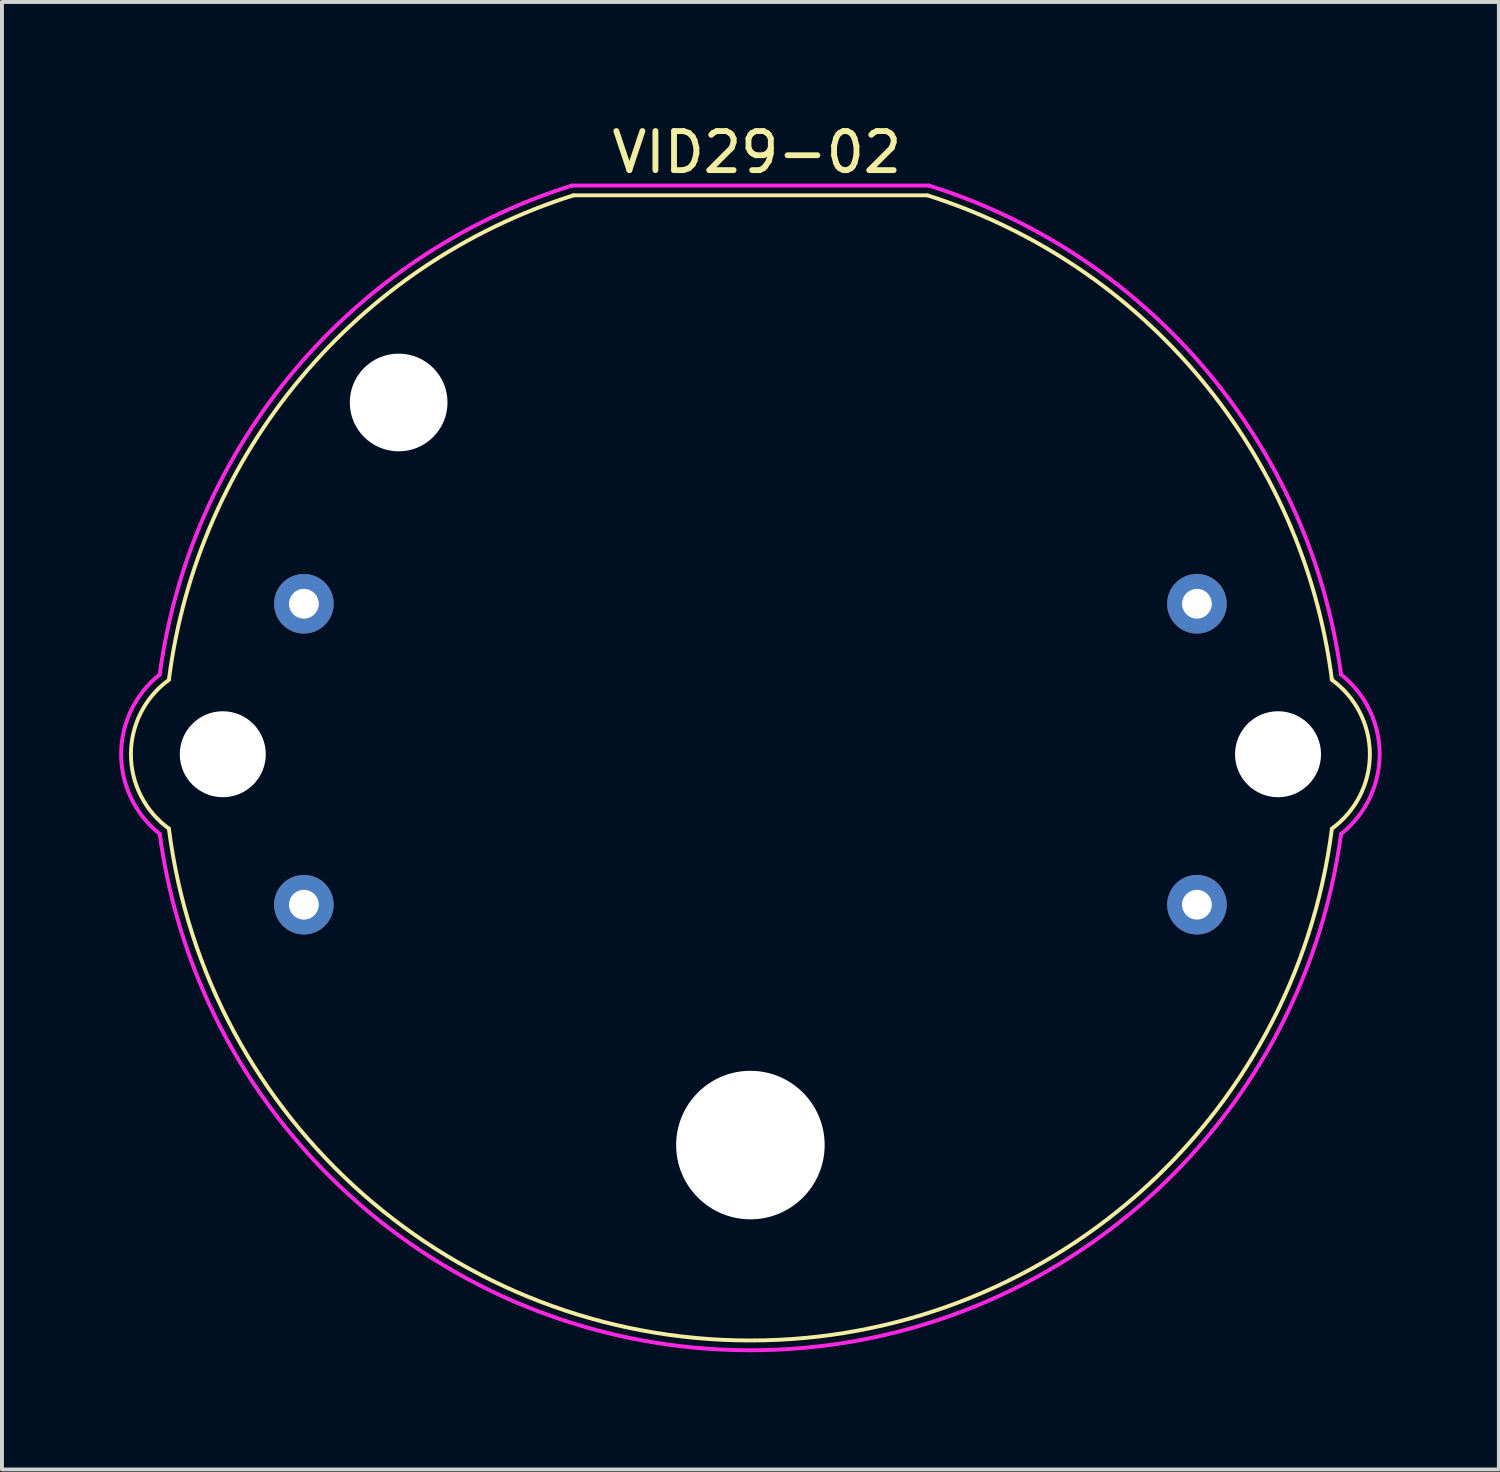
<source format=kicad_pcb>
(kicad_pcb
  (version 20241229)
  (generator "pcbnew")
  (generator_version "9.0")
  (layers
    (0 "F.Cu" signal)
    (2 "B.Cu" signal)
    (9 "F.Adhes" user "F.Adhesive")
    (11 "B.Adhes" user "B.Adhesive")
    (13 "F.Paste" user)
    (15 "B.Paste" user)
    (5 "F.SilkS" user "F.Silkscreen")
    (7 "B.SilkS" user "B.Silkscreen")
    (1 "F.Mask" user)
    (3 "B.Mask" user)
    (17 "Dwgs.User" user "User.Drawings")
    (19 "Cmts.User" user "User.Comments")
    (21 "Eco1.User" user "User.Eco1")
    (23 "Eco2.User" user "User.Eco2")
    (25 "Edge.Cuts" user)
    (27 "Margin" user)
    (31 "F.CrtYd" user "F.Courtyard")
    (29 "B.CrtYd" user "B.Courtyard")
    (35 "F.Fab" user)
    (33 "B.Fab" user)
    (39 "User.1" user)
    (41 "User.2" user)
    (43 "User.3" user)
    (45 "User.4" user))
  (footprint "VID29-02"
    (layer "F.Cu")
    (at 16.315 16.248)
    (property "Reference" "VID29-02" (at 0 -15.4 0) (layer "F.SilkS") (effects (font (size 1 1) (thickness 0.15))))
    (attr through_hole)
    (fp_line (start -4.694 -14.3) (end 4.364 -14.3) (stroke (width 0.1) (type solid)) (layer "F.SilkS"))
    (fp_arc (start -15.042514 -1.912994) (mid -11.676329 -9.617135) (end -4.693796 -14.299999) (stroke (width 0.1) (type solid)) (layer "F.SilkS"))
    (fp_arc (start -15.042154 1.904192) (mid -16.015 0.001014) (end -15.043796 -1.903003) (stroke (width 0.1) (type solid)) (layer "F.SilkS"))
    (fp_arc (start 4.373398 -14.296955) (mid 11.352785 -9.609402) (end 14.713796 -1.903003) (stroke (width 0.1) (type solid)) (layer "F.SilkS"))
    (fp_arc (start 14.712154 -1.904192) (mid 15.685 -0.001014) (end 14.713796 1.903003) (stroke (width 0.1) (type solid)) (layer "F.SilkS"))
    (fp_arc (start 14.713036 1.908935) (mid -0.16799 14.999999) (end -15.043796 1.903003) (stroke (width 0.1) (type solid)) (layer "F.SilkS"))
    (fp_line (start -4.732 -14.55) (end 4.402 -14.55) (stroke (width 0.1) (type solid)) (layer "F.CrtYd"))
    (fp_arc (start -15.278461 -2.036121) (mid -11.826137 -9.827531) (end -4.732274 -14.55) (stroke (width 0.1) (type solid)) (layer "F.CrtYd"))
    (fp_arc (start -15.278355 2.038892) (mid -16.264999 -0.000191) (end -15.278055 -2.03913) (stroke (width 0.1) (type solid)) (layer "F.CrtYd"))
    (fp_arc (start 4.399377 -14.550909) (mid 11.49418 -9.829853) (end 14.948055 -2.03913) (stroke (width 0.1) (type solid)) (layer "F.CrtYd"))
    (fp_arc (start 14.94693 2.047448) (mid -0.169197 15.249998) (end -15.278055 2.03913) (stroke (width 0.1) (type solid)) (layer "F.CrtYd"))
    (fp_arc (start 14.948355 -2.038892) (mid 15.934999 0.000191) (end 14.948055 2.03913) (stroke (width 0.1) (type solid)) (layer "F.CrtYd"))
    (pad "" np_thru_hole circle (at -13.665 0) (size 2.2 2.2) (drill 2.2) (layers "*.Cu" "*.Mask"))
    (pad "" np_thru_hole circle (at -9.165 -9) (size 2.5 2.5) (drill 2.5) (layers "*.Cu" "*.Mask"))
    (pad "" np_thru_hole circle (at -0.165 10) (size 3.8 3.8) (drill 3.8) (layers "*.Cu" "*.Mask"))
    (pad "" np_thru_hole circle (at 13.335 0) (size 2.2 2.2) (drill 2.2) (layers "*.Cu" "*.Mask"))
    (pad "1" thru_hole circle (at -11.59 -3.85) (size 1.524 1.524) (drill 0.762) (layers "*.Cu" "*.Mask"))
    (pad "2" thru_hole circle (at -11.59 3.85) (size 1.524 1.524) (drill 0.762) (layers "*.Cu" "*.Mask"))
    (pad "3" thru_hole circle (at 11.26 3.85) (size 1.524 1.524) (drill 0.762) (layers "*.Cu" "*.Mask"))
    (pad "4" thru_hole circle (at 11.26 -3.85) (size 1.524 1.524) (drill 0.762) (layers "*.Cu" "*.Mask")))
  (gr_rect
    (start -3 -3)
    (end 35.3 34.548)
    (stroke (width 0.1) (type default))
    (fill no)
    (layer "Edge.Cuts")))
</source>
